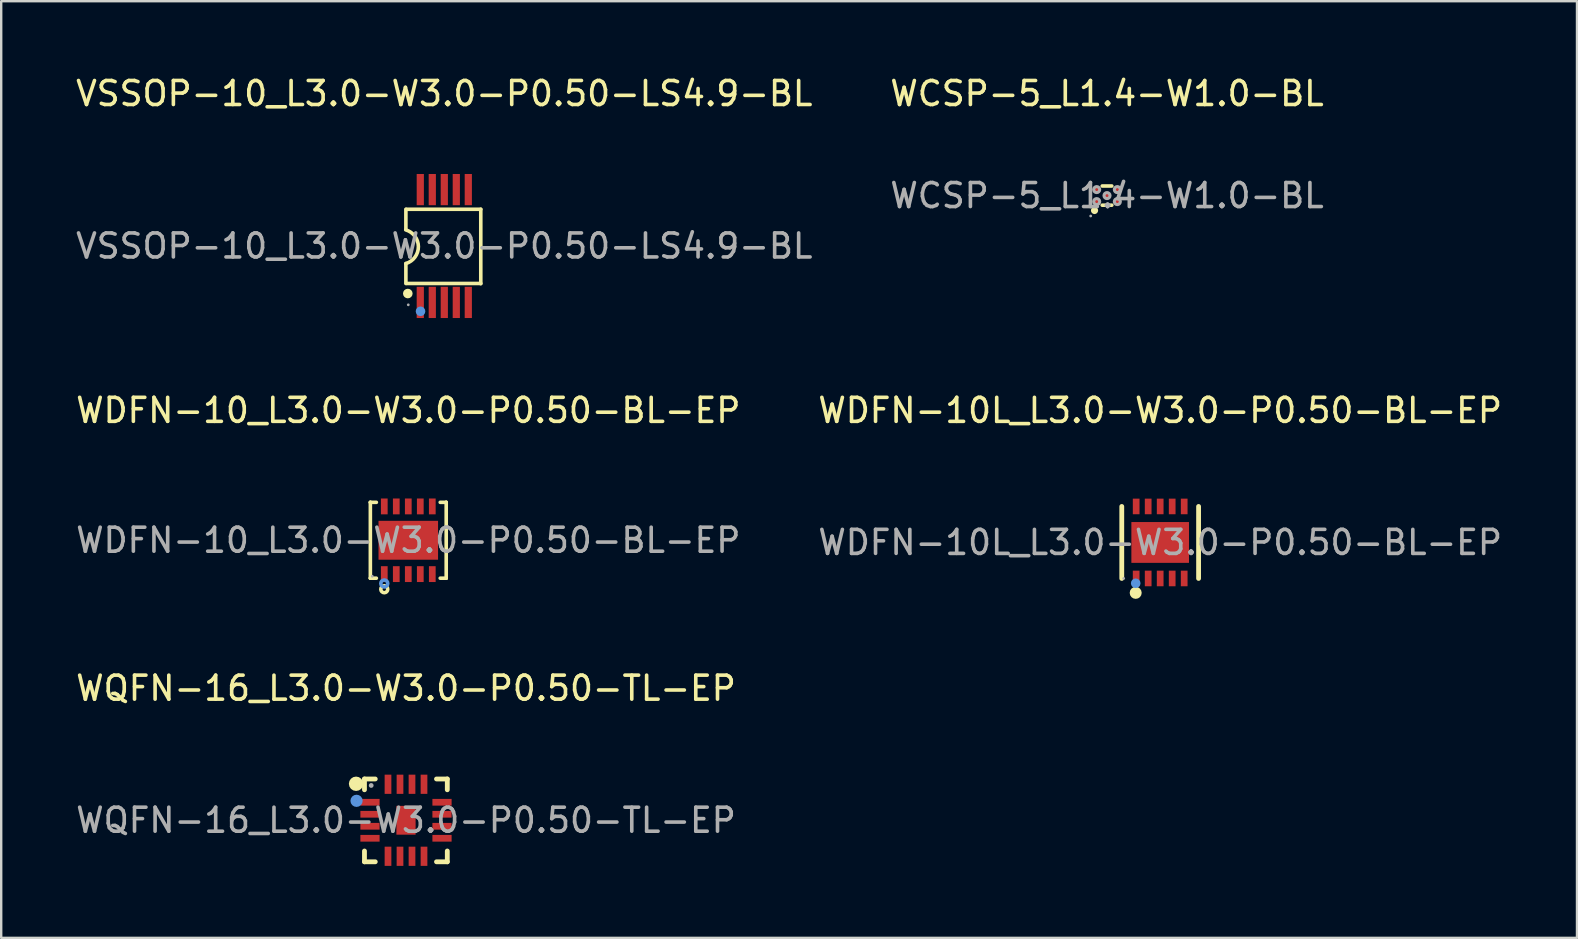
<source format=kicad_pcb>
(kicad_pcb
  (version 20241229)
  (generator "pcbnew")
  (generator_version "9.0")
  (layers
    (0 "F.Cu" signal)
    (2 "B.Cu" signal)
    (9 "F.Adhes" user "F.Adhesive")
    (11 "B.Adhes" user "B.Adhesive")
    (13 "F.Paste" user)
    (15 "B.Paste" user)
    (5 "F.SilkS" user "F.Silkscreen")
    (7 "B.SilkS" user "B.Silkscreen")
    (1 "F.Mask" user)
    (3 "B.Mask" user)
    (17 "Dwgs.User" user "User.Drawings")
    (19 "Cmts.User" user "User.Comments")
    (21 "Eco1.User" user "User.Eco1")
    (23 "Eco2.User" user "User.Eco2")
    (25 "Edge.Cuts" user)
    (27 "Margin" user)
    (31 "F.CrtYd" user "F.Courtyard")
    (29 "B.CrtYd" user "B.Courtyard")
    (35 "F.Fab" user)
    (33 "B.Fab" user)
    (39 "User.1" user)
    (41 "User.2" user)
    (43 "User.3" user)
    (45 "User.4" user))
  (footprint "WQFN-16_L3.0-W3.0-P0.50-TL-EP"
    (layer "F.Cu")
    (at 13.863 31.12)
    (property "Reference" "WQFN-16_L3.0-W3.0-P0.50-TL-EP" (at 0 -5.5 0) (layer "F.SilkS") (effects (font (size 1 1) (thickness 0.15))))
    (attr through_hole)
    (fp_line (start -1.73 -1.72) (end -1.28 -1.72) (stroke (width 0.2) (type solid)) (layer "F.SilkS"))
    (fp_line (start -1.73 -1.27) (end -1.73 -1.72) (stroke (width 0.2) (type solid)) (layer "F.SilkS"))
    (fp_line (start -1.73 1.73) (end -1.73 1.28) (stroke (width 0.2) (type solid)) (layer "F.SilkS"))
    (fp_line (start -1.28 1.73) (end -1.73 1.73) (stroke (width 0.2) (type solid)) (layer "F.SilkS"))
    (fp_line (start 1.27 -1.72) (end 1.72 -1.72) (stroke (width 0.2) (type solid)) (layer "F.SilkS"))
    (fp_line (start 1.27 1.73) (end 1.72 1.73) (stroke (width 0.2) (type solid)) (layer "F.SilkS"))
    (fp_line (start 1.72 -1.72) (end 1.72 -1.27) (stroke (width 0.2) (type solid)) (layer "F.SilkS"))
    (fp_line (start 1.72 1.73) (end 1.72 1.28) (stroke (width 0.2) (type solid)) (layer "F.SilkS"))
    (fp_arc (start -2.08 -1.52) (mid -2.08 -1.52) (end -2.08 -1.52) (stroke (width 0.3) (type solid)) (layer "F.SilkS"))
    (fp_circle (center -2.06 -0.81) (end -1.93 -0.81) (stroke (width 0.25) (type solid)) (fill no) (layer "Cmts.User"))
    (fp_circle (center -1.45 -1.45) (end -1.4 -1.45) (stroke (width 0.1) (type solid)) (fill no) (layer "F.Fab"))
    (fp_text user "${REFERENCE}" (at 0 0 0) (layer "F.Fab") (effects (font (size 1 1) (thickness 0.15))))
    (pad "1" smd rect (at -1.5 -0.75 90) (size 0.28 0.8) (layers "F.Cu" "F.Mask" "F.Paste"))
    (pad "2" smd rect (at -1.5 -0.25 90) (size 0.28 0.8) (layers "F.Cu" "F.Mask" "F.Paste"))
    (pad "3" smd rect (at -1.5 0.25 90) (size 0.28 0.8) (layers "F.Cu" "F.Mask" "F.Paste"))
    (pad "4" smd rect (at -1.5 0.75 90) (size 0.28 0.8) (layers "F.Cu" "F.Mask" "F.Paste"))
    (pad "5" smd rect (at -0.75 1.5) (size 0.28 0.8) (layers "F.Cu" "F.Mask" "F.Paste"))
    (pad "6" smd rect (at -0.25 1.5) (size 0.28 0.8) (layers "F.Cu" "F.Mask" "F.Paste"))
    (pad "7" smd rect (at 0.25 1.5) (size 0.28 0.8) (layers "F.Cu" "F.Mask" "F.Paste"))
    (pad "8" smd rect (at 0.75 1.5) (size 0.28 0.8) (layers "F.Cu" "F.Mask" "F.Paste"))
    (pad "9" smd rect (at 1.5 0.75 90) (size 0.28 0.8) (layers "F.Cu" "F.Mask" "F.Paste"))
    (pad "10" smd rect (at 1.5 0.25 90) (size 0.28 0.8) (layers "F.Cu" "F.Mask" "F.Paste"))
    (pad "11" smd rect (at 1.5 -0.25 90) (size 0.28 0.8) (layers "F.Cu" "F.Mask" "F.Paste"))
    (pad "12" smd rect (at 1.5 -0.75 90) (size 0.28 0.8) (layers "F.Cu" "F.Mask" "F.Paste"))
    (pad "13" smd rect (at 0.75 -1.5) (size 0.28 0.8) (layers "F.Cu" "F.Mask" "F.Paste"))
    (pad "14" smd rect (at 0.25 -1.5) (size 0.28 0.8) (layers "F.Cu" "F.Mask" "F.Paste"))
    (pad "15" smd rect (at -0.25 -1.5) (size 0.28 0.8) (layers "F.Cu" "F.Mask" "F.Paste"))
    (pad "16" smd rect (at -0.75 -1.5) (size 0.28 0.8) (layers "F.Cu" "F.Mask" "F.Paste"))
    (pad "17" smd rect (at 0 0) (size 0.8 1.2) (layers "F.Cu" "F.Mask" "F.Paste")))
  (footprint "WCSP-5_L1.4-W1.0-BL"
    (layer "F.Cu")
    (at 43.065 5.098)
    (property "Reference" "WCSP-5_L1.4-W1.0-BL" (at 0 -4.25 0) (layer "F.SilkS") (effects (font (size 1 1) (thickness 0.15))))
    (attr through_hole)
    (fp_line (start 0.2 -0.4) (end -0.2 -0.4) (stroke (width 0.15) (type solid)) (layer "F.SilkS"))
    (fp_line (start 0.2 0.4) (end -0.2 0.4) (stroke (width 0.15) (type solid)) (layer "F.SilkS"))
    (fp_arc (start -0.52 0.62) (mid -0.52 0.62) (end -0.52 0.62) (stroke (width 0.15) (type solid)) (layer "F.SilkS"))
    (fp_circle (center -0.68 0.85) (end -0.65 0.85) (stroke (width 0.06) (type solid)) (fill no) (layer "F.Fab"))
    (fp_circle (center -0.43 -0.25) (end -0.37 -0.25) (stroke (width 0.13) (type solid)) (fill no) (layer "F.Fab"))
    (fp_circle (center -0.43 0.25) (end -0.37 0.25) (stroke (width 0.13) (type solid)) (fill no) (layer "F.Fab"))
    (fp_circle (center 0 0) (end 0.06 0) (stroke (width 0.13) (type solid)) (fill no) (layer "F.Fab"))
    (fp_circle (center 0.43 -0.25) (end 0.49 -0.25) (stroke (width 0.13) (type solid)) (fill no) (layer "F.Fab"))
    (fp_circle (center 0.43 0.25) (end 0.49 0.25) (stroke (width 0.13) (type solid)) (fill no) (layer "F.Fab"))
    (fp_text user "${REFERENCE}" (at 0 0 0) (layer "F.Fab") (effects (font (size 1 1) (thickness 0.15))))
    (pad "A1" smd circle (at -0.43 0.25 90) (size 0.25 0.25) (layers "F.Cu" "F.Mask" "F.Paste"))
    (pad "A3" smd circle (at -0.43 -0.25 90) (size 0.25 0.25) (layers "F.Cu" "F.Mask" "F.Paste"))
    (pad "B2" smd circle (at 0 0 90) (size 0.25 0.25) (layers "F.Cu" "F.Mask" "F.Paste"))
    (pad "C1" smd circle (at 0.43 0.25 90) (size 0.25 0.25) (layers "F.Cu" "F.Mask" "F.Paste"))
    (pad "C3" smd circle (at 0.43 -0.25 90) (size 0.25 0.25) (layers "F.Cu" "F.Mask" "F.Paste")))
  (footprint "WDFN-10L_L3.0-W3.0-P0.50-BL-EP"
    (layer "F.Cu")
    (at 45.28 19.547)
    (property "Reference" "WDFN-10L_L3.0-W3.0-P0.50-BL-EP" (at 0 -5.5 0) (layer "F.SilkS") (effects (font (size 1 1) (thickness 0.15))))
    (attr through_hole)
    (fp_line (start -1.6 1.5) (end -1.6 -1.5) (stroke (width 0.2) (type solid)) (layer "F.SilkS"))
    (fp_line (start 1.6 1.5) (end 1.6 -1.5) (stroke (width 0.2) (type solid)) (layer "F.SilkS"))
    (fp_arc (start -1.02 2.1) (mid -1.02 2.1) (end -1.02 2.1) (stroke (width 0.25) (type solid)) (layer "F.SilkS"))
    (fp_circle (center -1.02 1.7) (end -0.92 1.7) (stroke (width 0.2) (type solid)) (fill no) (layer "Cmts.User"))
    (fp_circle (center -1.52 1.5) (end -1.49 1.5) (stroke (width 0.06) (type solid)) (fill no) (layer "F.Fab"))
    (fp_text user "${REFERENCE}" (at 0 0 0) (layer "F.Fab") (effects (font (size 1 1) (thickness 0.15))))
    (pad "1" smd rect (at -1 1.5) (size 0.28 0.65) (layers "F.Cu" "F.Mask" "F.Paste"))
    (pad "2" smd rect (at -0.5 1.5) (size 0.28 0.65) (layers "F.Cu" "F.Mask" "F.Paste"))
    (pad "3" smd rect (at 0 1.5) (size 0.28 0.65) (layers "F.Cu" "F.Mask" "F.Paste"))
    (pad "4" smd rect (at 0.5 1.5) (size 0.28 0.65) (layers "F.Cu" "F.Mask" "F.Paste"))
    (pad "5" smd rect (at 1 1.5) (size 0.28 0.65) (layers "F.Cu" "F.Mask" "F.Paste"))
    (pad "6" smd rect (at 1 -1.5) (size 0.28 0.65) (layers "F.Cu" "F.Mask" "F.Paste"))
    (pad "7" smd rect (at 0.5 -1.5) (size 0.28 0.65) (layers "F.Cu" "F.Mask" "F.Paste"))
    (pad "8" smd rect (at 0 -1.5) (size 0.28 0.65) (layers "F.Cu" "F.Mask" "F.Paste"))
    (pad "9" smd rect (at -0.5 -1.5) (size 0.28 0.65) (layers "F.Cu" "F.Mask" "F.Paste"))
    (pad "10" smd rect (at -1 -1.5) (size 0.28 0.65) (layers "F.Cu" "F.Mask" "F.Paste"))
    (pad "11" smd rect (at 0 0 90) (size 1.7 2.4) (layers "F.Cu" "F.Mask" "F.Paste")))
  (footprint "WDFN-10_L3.0-W3.0-P0.50-BL-EP"
    (layer "F.Cu")
    (at 13.958 19.456)
    (property "Reference" "WDFN-10_L3.0-W3.0-P0.50-BL-EP" (at 0 -5.41 0) (layer "F.SilkS") (effects (font (size 1 1) (thickness 0.15))))
    (attr through_hole)
    (fp_line (start -1.58 -1.58) (end -1.58 -1.58) (stroke (width 0.15) (type solid)) (layer "F.SilkS"))
    (fp_line (start -1.58 -1.58) (end -1.33 -1.58) (stroke (width 0.15) (type solid)) (layer "F.SilkS"))
    (fp_line (start -1.58 1.58) (end -1.58 -1.58) (stroke (width 0.15) (type solid)) (layer "F.SilkS"))
    (fp_line (start -1.58 1.58) (end -1.58 1.58) (stroke (width 0.15) (type solid)) (layer "F.SilkS"))
    (fp_line (start -1.33 1.58) (end -1.58 1.58) (stroke (width 0.15) (type solid)) (layer "F.SilkS"))
    (fp_line (start 1.33 1.58) (end 1.58 1.58) (stroke (width 0.15) (type solid)) (layer "F.SilkS"))
    (fp_line (start 1.58 -1.58) (end 1.33 -1.58) (stroke (width 0.15) (type solid)) (layer "F.SilkS"))
    (fp_line (start 1.58 -1.58) (end 1.58 -1.58) (stroke (width 0.15) (type solid)) (layer "F.SilkS"))
    (fp_line (start 1.58 1.58) (end 1.58 -1.58) (stroke (width 0.15) (type solid)) (layer "F.SilkS"))
    (fp_line (start 1.58 1.58) (end 1.58 1.58) (stroke (width 0.15) (type solid)) (layer "F.SilkS"))
    (fp_circle (center -1 2.04) (end -0.93 2.04) (stroke (width 0.15) (type solid)) (fill no) (layer "F.SilkS"))
    (fp_circle (center -1 1.8) (end -0.93 1.8) (stroke (width 0.15) (type solid)) (fill no) (layer "Cmts.User"))
    (fp_circle (center -1.5 1.5) (end -1.47 1.5) (stroke (width 0.06) (type solid)) (fill no) (layer "F.Fab"))
    (fp_text user "${REFERENCE}" (at 0 0 0) (layer "F.Fab") (effects (font (size 1 1) (thickness 0.15))))
    (pad "1" smd rect (at -1 1.41) (size 0.28 0.66) (layers "F.Cu" "F.Mask" "F.Paste"))
    (pad "2" smd rect (at -0.5 1.41) (size 0.28 0.66) (layers "F.Cu" "F.Mask" "F.Paste"))
    (pad "3" smd rect (at 0 1.41) (size 0.28 0.66) (layers "F.Cu" "F.Mask" "F.Paste"))
    (pad "4" smd rect (at 0.5 1.41) (size 0.28 0.66) (layers "F.Cu" "F.Mask" "F.Paste"))
    (pad "5" smd rect (at 1 1.41) (size 0.28 0.66) (layers "F.Cu" "F.Mask" "F.Paste"))
    (pad "6" smd rect (at 1 -1.41) (size 0.28 0.66) (layers "F.Cu" "F.Mask" "F.Paste"))
    (pad "7" smd rect (at 0.5 -1.41) (size 0.28 0.66) (layers "F.Cu" "F.Mask" "F.Paste"))
    (pad "8" smd rect (at 0 -1.41) (size 0.28 0.66) (layers "F.Cu" "F.Mask" "F.Paste"))
    (pad "9" smd rect (at -0.5 -1.41) (size 0.28 0.66) (layers "F.Cu" "F.Mask" "F.Paste"))
    (pad "10" smd rect (at -1 -1.41) (size 0.28 0.66) (layers "F.Cu" "F.Mask" "F.Paste"))
    (pad "11" smd rect (at 0 0) (size 2.48 1.62) (layers "F.Cu" "F.Mask" "F.Paste")))
  (footprint "VSSOP-10_L3.0-W3.0-P0.50-LS4.9-BL"
    (layer "F.Cu")
    (at 15.458 7.198)
    (property "Reference" "VSSOP-10_L3.0-W3.0-P0.50-LS4.9-BL" (at 0 -6.35 0) (layer "F.SilkS") (effects (font (size 1 1) (thickness 0.15))))
    (attr through_hole)
    (fp_line (start -1.6 -1.53) (end -1.6 -0.7) (stroke (width 0.15) (type solid)) (layer "F.SilkS"))
    (fp_line (start -1.6 0.73) (end -1.6 1.56) (stroke (width 0.15) (type solid)) (layer "F.SilkS"))
    (fp_line (start -1.58 -1.53) (end 1.52 -1.53) (stroke (width 0.15) (type solid)) (layer "F.SilkS"))
    (fp_line (start -1.58 1.56) (end 1.52 1.56) (stroke (width 0.15) (type solid)) (layer "F.SilkS"))
    (fp_line (start 1.52 1.57) (end 1.52 -1.53) (stroke (width 0.15) (type solid)) (layer "F.SilkS"))
    (fp_arc (start -1.605241 -0.671551) (mid -1.079184 0.027267) (end -1.6 0.73) (stroke (width 0.15) (type solid)) (layer "F.SilkS"))
    (fp_circle (center -1.52 1.98) (end -1.42 1.98) (stroke (width 0.2) (type solid)) (fill no) (layer "F.SilkS"))
    (fp_circle (center -0.99 2.72) (end -0.89 2.72) (stroke (width 0.2) (type solid)) (fill no) (layer "Cmts.User"))
    (fp_circle (center -1.5 2.45) (end -1.47 2.45) (stroke (width 0.06) (type solid)) (fill no) (layer "F.Fab"))
    (fp_text user "${REFERENCE}" (at 0 0 0) (layer "F.Fab") (effects (font (size 1 1) (thickness 0.15))))
    (pad "1" smd rect (at -1 2.35) (size 0.3 1.3) (layers "F.Cu" "F.Mask" "F.Paste"))
    (pad "2" smd rect (at -0.5 2.35) (size 0.3 1.3) (layers "F.Cu" "F.Mask" "F.Paste"))
    (pad "3" smd rect (at 0 2.35) (size 0.3 1.3) (layers "F.Cu" "F.Mask" "F.Paste"))
    (pad "4" smd rect (at 0.5 2.35) (size 0.3 1.3) (layers "F.Cu" "F.Mask" "F.Paste"))
    (pad "5" smd rect (at 1 2.35) (size 0.3 1.3) (layers "F.Cu" "F.Mask" "F.Paste"))
    (pad "6" smd rect (at 1 -2.35) (size 0.3 1.3) (layers "F.Cu" "F.Mask" "F.Paste"))
    (pad "7" smd rect (at 0.5 -2.35) (size 0.3 1.3) (layers "F.Cu" "F.Mask" "F.Paste"))
    (pad "8" smd rect (at 0 -2.35) (size 0.3 1.3) (layers "F.Cu" "F.Mask" "F.Paste"))
    (pad "9" smd rect (at -0.5 -2.35) (size 0.3 1.3) (layers "F.Cu" "F.Mask" "F.Paste"))
    (pad "10" smd rect (at -1 -2.35) (size 0.3 1.3) (layers "F.Cu" "F.Mask" "F.Paste")))
  (gr_rect
    (start -3 -3)
    (end 62.643 36.02)
    (stroke (width 0.1) (type default))
    (fill no)
    (layer "Edge.Cuts")))
</source>
